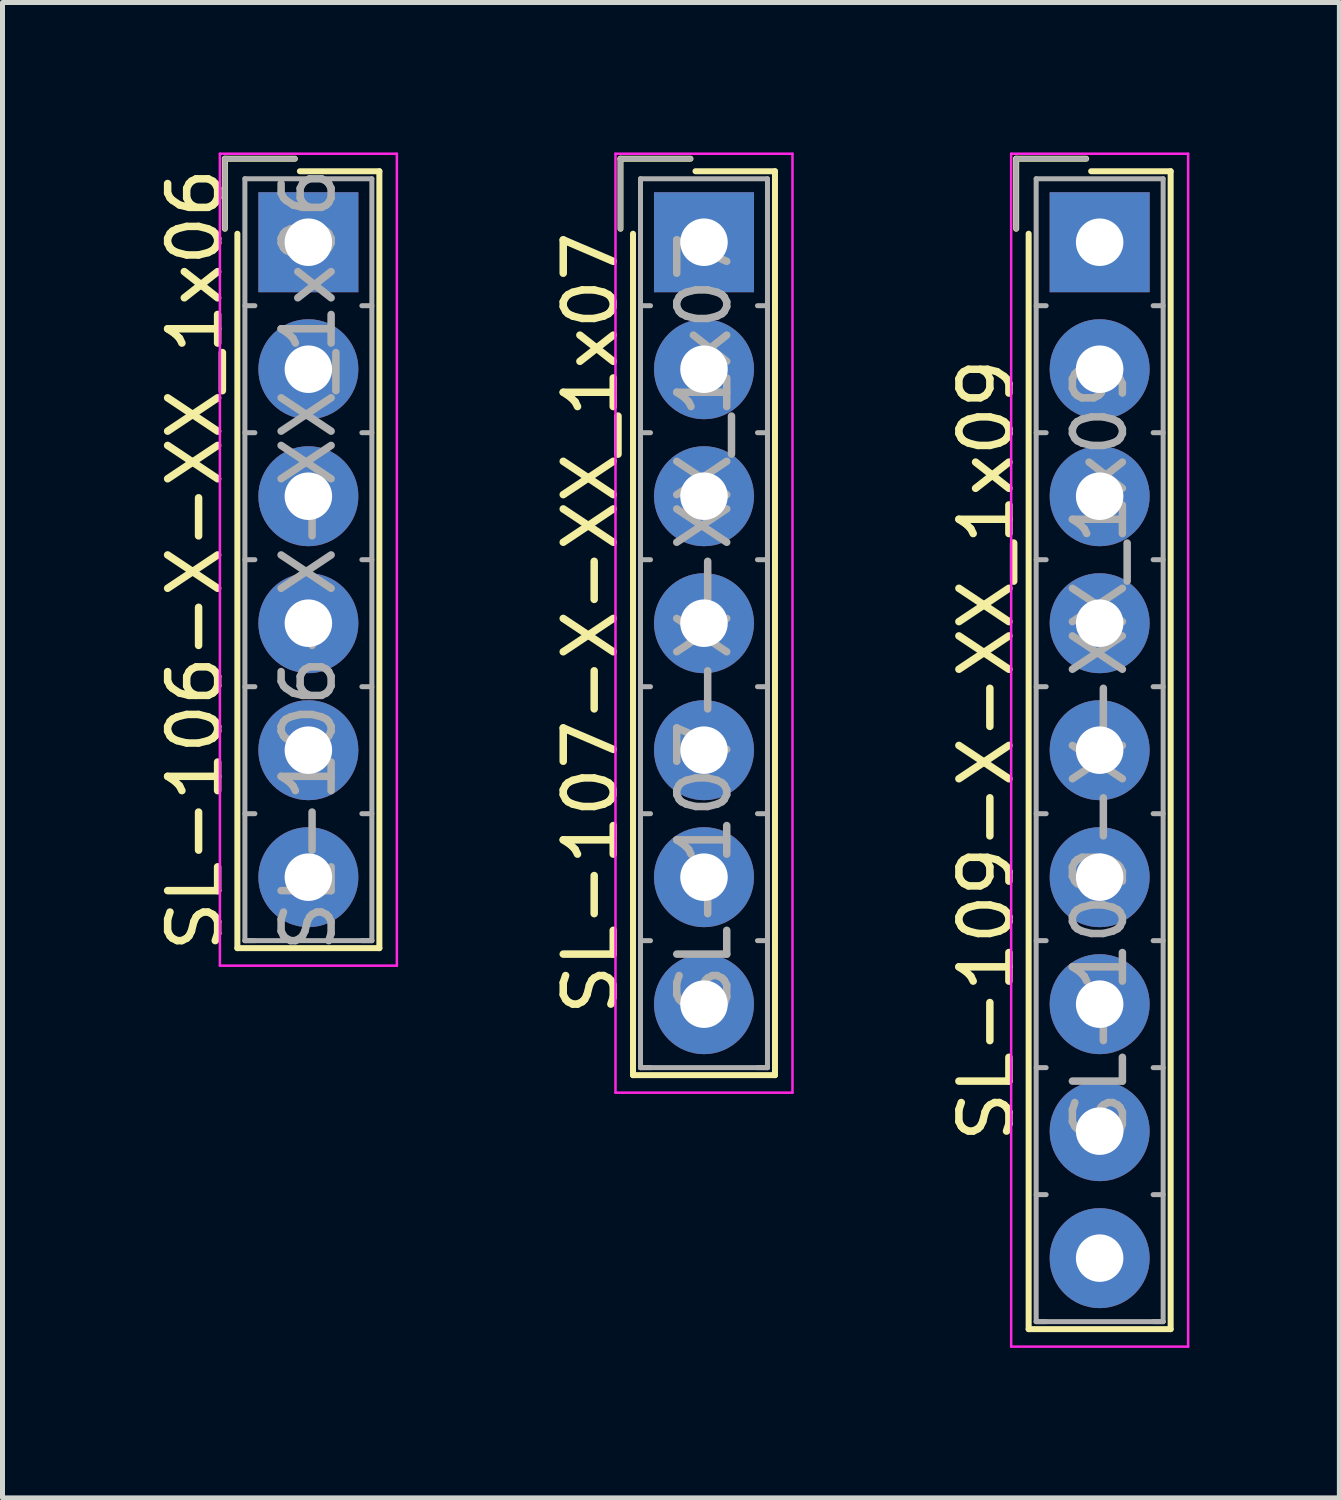
<source format=kicad_pcb>
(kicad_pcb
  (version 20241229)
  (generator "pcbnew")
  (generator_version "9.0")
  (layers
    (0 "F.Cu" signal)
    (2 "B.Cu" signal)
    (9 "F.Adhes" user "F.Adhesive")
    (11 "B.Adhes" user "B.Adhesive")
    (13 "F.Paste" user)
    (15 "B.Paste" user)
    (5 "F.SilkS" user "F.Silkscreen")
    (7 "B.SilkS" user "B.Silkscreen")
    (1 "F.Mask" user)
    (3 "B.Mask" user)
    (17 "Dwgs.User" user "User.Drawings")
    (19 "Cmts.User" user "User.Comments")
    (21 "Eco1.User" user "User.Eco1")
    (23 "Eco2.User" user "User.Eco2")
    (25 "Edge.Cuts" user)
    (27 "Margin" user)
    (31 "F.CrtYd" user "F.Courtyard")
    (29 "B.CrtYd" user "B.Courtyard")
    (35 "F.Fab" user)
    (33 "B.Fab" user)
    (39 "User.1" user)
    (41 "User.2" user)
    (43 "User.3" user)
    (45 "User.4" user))
  (footprint "SL-109-X-XX_1x09"
    (layer "F.Cu")
    (at 18.945 1.795)
    (property "Reference" "SL-109-X-XX_1x09" (at -2.27 10.16 90) (layer "F.SilkS") (effects (font (size 1 1) (thickness 0.15))))
    (attr through_hole)
    (fp_line (start -1.67 -1.67) (end -1.67 -0.27) (stroke (width 0.12) (type solid)) (layer "F.SilkS"))
    (fp_line (start -1.42 21.74) (end -1.42 -0.17) (stroke (width 0.12) (type solid)) (layer "F.SilkS"))
    (fp_line (start -0.27 -1.67) (end -1.67 -1.67) (stroke (width 0.12) (type solid)) (layer "F.SilkS"))
    (fp_line (start -0.17 -1.42) (end 1.42 -1.42) (stroke (width 0.12) (type solid)) (layer "F.SilkS"))
    (fp_line (start 1.42 -1.42) (end 1.42 21.74) (stroke (width 0.12) (type solid)) (layer "F.SilkS"))
    (fp_line (start 1.42 21.74) (end -1.42 21.74) (stroke (width 0.12) (type solid)) (layer "F.SilkS"))
    (fp_line (start -1.77 -1.77) (end -1.77 22.09) (stroke (width 0.05) (type solid)) (layer "F.CrtYd"))
    (fp_line (start -1.77 22.09) (end 1.77 22.09) (stroke (width 0.05) (type solid)) (layer "F.CrtYd"))
    (fp_line (start 1.77 -1.77) (end -1.77 -1.77) (stroke (width 0.05) (type solid)) (layer "F.CrtYd"))
    (fp_line (start 1.77 22.09) (end 1.77 -1.77) (stroke (width 0.05) (type solid)) (layer "F.CrtYd"))
    (fp_line (start -1.67 -1.67) (end -1.67 -0.27) (stroke (width 0.1) (type solid)) (layer "F.Fab"))
    (fp_line (start -1.27 -1.27) (end -1.27 21.59) (stroke (width 0.1) (type solid)) (layer "F.Fab"))
    (fp_line (start -1.27 1.27) (end -1.07 1.27) (stroke (width 0.1) (type solid)) (layer "F.Fab"))
    (fp_line (start -1.27 3.81) (end -1.07 3.81) (stroke (width 0.1) (type solid)) (layer "F.Fab"))
    (fp_line (start -1.27 6.35) (end -1.07 6.35) (stroke (width 0.1) (type solid)) (layer "F.Fab"))
    (fp_line (start -1.27 8.89) (end -1.07 8.89) (stroke (width 0.1) (type solid)) (layer "F.Fab"))
    (fp_line (start -1.27 11.43) (end -1.07 11.43) (stroke (width 0.1) (type solid)) (layer "F.Fab"))
    (fp_line (start -1.27 13.97) (end -1.07 13.97) (stroke (width 0.1) (type solid)) (layer "F.Fab"))
    (fp_line (start -1.27 16.51) (end -1.07 16.51) (stroke (width 0.1) (type solid)) (layer "F.Fab"))
    (fp_line (start -1.27 19.05) (end -1.07 19.05) (stroke (width 0.1) (type solid)) (layer "F.Fab"))
    (fp_line (start -1.27 21.59) (end -1.07 21.59) (stroke (width 0.1) (type solid)) (layer "F.Fab"))
    (fp_line (start -1.27 21.59) (end 1.27 21.59) (stroke (width 0.1) (type solid)) (layer "F.Fab"))
    (fp_line (start -0.27 -1.67) (end -1.67 -1.67) (stroke (width 0.1) (type solid)) (layer "F.Fab"))
    (fp_line (start 1.27 -1.27) (end -1.27 -1.27) (stroke (width 0.1) (type solid)) (layer "F.Fab"))
    (fp_line (start 1.27 1.27) (end 1.07 1.27) (stroke (width 0.1) (type solid)) (layer "F.Fab"))
    (fp_line (start 1.27 3.81) (end 1.07 3.81) (stroke (width 0.1) (type solid)) (layer "F.Fab"))
    (fp_line (start 1.27 6.35) (end 1.07 6.35) (stroke (width 0.1) (type solid)) (layer "F.Fab"))
    (fp_line (start 1.27 8.89) (end 1.07 8.89) (stroke (width 0.1) (type solid)) (layer "F.Fab"))
    (fp_line (start 1.27 11.43) (end 1.07 11.43) (stroke (width 0.1) (type solid)) (layer "F.Fab"))
    (fp_line (start 1.27 13.97) (end 1.07 13.97) (stroke (width 0.1) (type solid)) (layer "F.Fab"))
    (fp_line (start 1.27 16.51) (end 1.07 16.51) (stroke (width 0.1) (type solid)) (layer "F.Fab"))
    (fp_line (start 1.27 19.05) (end 1.07 19.05) (stroke (width 0.1) (type solid)) (layer "F.Fab"))
    (fp_line (start 1.27 21.59) (end 1.07 21.59) (stroke (width 0.1) (type solid)) (layer "F.Fab"))
    (fp_line (start 1.27 21.59) (end 1.27 -1.27) (stroke (width 0.1) (type solid)) (layer "F.Fab"))
    (fp_text user "${REFERENCE}" (at 0 10.16 90) (layer "F.Fab") (effects (font (size 1 1) (thickness 0.15))))
    (pad "1" thru_hole rect (at 0 0) (size 2 2) (drill 0.95) (layers "*.Cu" "*.Mask"))
    (pad "2" thru_hole circle (at 0 2.54) (size 2 2) (drill 0.95) (layers "*.Cu" "*.Mask"))
    (pad "3" thru_hole circle (at 0 5.08) (size 2 2) (drill 0.95) (layers "*.Cu" "*.Mask"))
    (pad "4" thru_hole circle (at 0 7.62) (size 2 2) (drill 0.95) (layers "*.Cu" "*.Mask"))
    (pad "5" thru_hole circle (at 0 10.16) (size 2 2) (drill 0.95) (layers "*.Cu" "*.Mask"))
    (pad "6" thru_hole circle (at 0 12.7) (size 2 2) (drill 0.95) (layers "*.Cu" "*.Mask"))
    (pad "7" thru_hole circle (at 0 15.24) (size 2 2) (drill 0.95) (layers "*.Cu" "*.Mask"))
    (pad "8" thru_hole circle (at 0 17.78) (size 2 2) (drill 0.95) (layers "*.Cu" "*.Mask"))
    (pad "9" thru_hole circle (at 0 20.32) (size 2 2) (drill 0.95) (layers "*.Cu" "*.Mask")))
  (footprint "SL-107-X-XX_1x07"
    (layer "F.Cu")
    (at 11.031 1.795)
    (property "Reference" "SL-107-X-XX_1x07" (at -2.27 7.62 90) (layer "F.SilkS") (effects (font (size 1 1) (thickness 0.15))))
    (attr through_hole)
    (fp_line (start -1.67 -1.67) (end -1.67 -0.27) (stroke (width 0.12) (type solid)) (layer "F.SilkS"))
    (fp_line (start -1.42 16.66) (end -1.42 -0.17) (stroke (width 0.12) (type solid)) (layer "F.SilkS"))
    (fp_line (start -0.27 -1.67) (end -1.67 -1.67) (stroke (width 0.12) (type solid)) (layer "F.SilkS"))
    (fp_line (start -0.17 -1.42) (end 1.42 -1.42) (stroke (width 0.12) (type solid)) (layer "F.SilkS"))
    (fp_line (start 1.42 -1.42) (end 1.42 16.66) (stroke (width 0.12) (type solid)) (layer "F.SilkS"))
    (fp_line (start 1.42 16.66) (end -1.42 16.66) (stroke (width 0.12) (type solid)) (layer "F.SilkS"))
    (fp_line (start -1.77 -1.77) (end -1.77 17.01) (stroke (width 0.05) (type solid)) (layer "F.CrtYd"))
    (fp_line (start -1.77 17.01) (end 1.77 17.01) (stroke (width 0.05) (type solid)) (layer "F.CrtYd"))
    (fp_line (start 1.77 -1.77) (end -1.77 -1.77) (stroke (width 0.05) (type solid)) (layer "F.CrtYd"))
    (fp_line (start 1.77 17.01) (end 1.77 -1.77) (stroke (width 0.05) (type solid)) (layer "F.CrtYd"))
    (fp_line (start -1.67 -1.67) (end -1.67 -0.27) (stroke (width 0.1) (type solid)) (layer "F.Fab"))
    (fp_line (start -1.27 -1.27) (end -1.27 16.51) (stroke (width 0.1) (type solid)) (layer "F.Fab"))
    (fp_line (start -1.27 1.27) (end -1.07 1.27) (stroke (width 0.1) (type solid)) (layer "F.Fab"))
    (fp_line (start -1.27 3.81) (end -1.07 3.81) (stroke (width 0.1) (type solid)) (layer "F.Fab"))
    (fp_line (start -1.27 6.35) (end -1.07 6.35) (stroke (width 0.1) (type solid)) (layer "F.Fab"))
    (fp_line (start -1.27 8.89) (end -1.07 8.89) (stroke (width 0.1) (type solid)) (layer "F.Fab"))
    (fp_line (start -1.27 11.43) (end -1.07 11.43) (stroke (width 0.1) (type solid)) (layer "F.Fab"))
    (fp_line (start -1.27 13.97) (end -1.07 13.97) (stroke (width 0.1) (type solid)) (layer "F.Fab"))
    (fp_line (start -1.27 16.51) (end -1.07 16.51) (stroke (width 0.1) (type solid)) (layer "F.Fab"))
    (fp_line (start -1.27 16.51) (end 1.27 16.51) (stroke (width 0.1) (type solid)) (layer "F.Fab"))
    (fp_line (start -0.27 -1.67) (end -1.67 -1.67) (stroke (width 0.1) (type solid)) (layer "F.Fab"))
    (fp_line (start 1.27 -1.27) (end -1.27 -1.27) (stroke (width 0.1) (type solid)) (layer "F.Fab"))
    (fp_line (start 1.27 1.27) (end 1.07 1.27) (stroke (width 0.1) (type solid)) (layer "F.Fab"))
    (fp_line (start 1.27 3.81) (end 1.07 3.81) (stroke (width 0.1) (type solid)) (layer "F.Fab"))
    (fp_line (start 1.27 6.35) (end 1.07 6.35) (stroke (width 0.1) (type solid)) (layer "F.Fab"))
    (fp_line (start 1.27 8.89) (end 1.07 8.89) (stroke (width 0.1) (type solid)) (layer "F.Fab"))
    (fp_line (start 1.27 11.43) (end 1.07 11.43) (stroke (width 0.1) (type solid)) (layer "F.Fab"))
    (fp_line (start 1.27 13.97) (end 1.07 13.97) (stroke (width 0.1) (type solid)) (layer "F.Fab"))
    (fp_line (start 1.27 16.51) (end 1.07 16.51) (stroke (width 0.1) (type solid)) (layer "F.Fab"))
    (fp_line (start 1.27 16.51) (end 1.27 -1.27) (stroke (width 0.1) (type solid)) (layer "F.Fab"))
    (fp_text user "${REFERENCE}" (at 0 7.62 90) (layer "F.Fab") (effects (font (size 1 1) (thickness 0.15))))
    (pad "1" thru_hole rect (at 0 0) (size 2 2) (drill 0.95) (layers "*.Cu" "*.Mask"))
    (pad "2" thru_hole circle (at 0 2.54) (size 2 2) (drill 0.95) (layers "*.Cu" "*.Mask"))
    (pad "3" thru_hole circle (at 0 5.08) (size 2 2) (drill 0.95) (layers "*.Cu" "*.Mask"))
    (pad "4" thru_hole circle (at 0 7.62) (size 2 2) (drill 0.95) (layers "*.Cu" "*.Mask"))
    (pad "5" thru_hole circle (at 0 10.16) (size 2 2) (drill 0.95) (layers "*.Cu" "*.Mask"))
    (pad "6" thru_hole circle (at 0 12.7) (size 2 2) (drill 0.95) (layers "*.Cu" "*.Mask"))
    (pad "7" thru_hole circle (at 0 15.24) (size 2 2) (drill 0.95) (layers "*.Cu" "*.Mask")))
  (footprint "SL-106-X-XX_1x06"
    (layer "F.Cu")
    (at 3.118 1.795)
    (property "Reference" "SL-106-X-XX_1x06" (at -2.27 6.35 90) (layer "F.SilkS") (effects (font (size 1 1) (thickness 0.15))))
    (attr through_hole)
    (fp_line (start -1.67 -1.67) (end -1.67 -0.27) (stroke (width 0.12) (type solid)) (layer "F.SilkS"))
    (fp_line (start -1.42 14.12) (end -1.42 -0.17) (stroke (width 0.12) (type solid)) (layer "F.SilkS"))
    (fp_line (start -0.27 -1.67) (end -1.67 -1.67) (stroke (width 0.12) (type solid)) (layer "F.SilkS"))
    (fp_line (start -0.17 -1.42) (end 1.42 -1.42) (stroke (width 0.12) (type solid)) (layer "F.SilkS"))
    (fp_line (start 1.42 -1.42) (end 1.42 14.12) (stroke (width 0.12) (type solid)) (layer "F.SilkS"))
    (fp_line (start 1.42 14.12) (end -1.42 14.12) (stroke (width 0.12) (type solid)) (layer "F.SilkS"))
    (fp_line (start -1.77 -1.77) (end -1.77 14.47) (stroke (width 0.05) (type solid)) (layer "F.CrtYd"))
    (fp_line (start -1.77 14.47) (end 1.77 14.47) (stroke (width 0.05) (type solid)) (layer "F.CrtYd"))
    (fp_line (start 1.77 -1.77) (end -1.77 -1.77) (stroke (width 0.05) (type solid)) (layer "F.CrtYd"))
    (fp_line (start 1.77 14.47) (end 1.77 -1.77) (stroke (width 0.05) (type solid)) (layer "F.CrtYd"))
    (fp_line (start -1.67 -1.67) (end -1.67 -0.27) (stroke (width 0.1) (type solid)) (layer "F.Fab"))
    (fp_line (start -1.27 -1.27) (end -1.27 13.97) (stroke (width 0.1) (type solid)) (layer "F.Fab"))
    (fp_line (start -1.27 1.27) (end -1.07 1.27) (stroke (width 0.1) (type solid)) (layer "F.Fab"))
    (fp_line (start -1.27 3.81) (end -1.07 3.81) (stroke (width 0.1) (type solid)) (layer "F.Fab"))
    (fp_line (start -1.27 6.35) (end -1.07 6.35) (stroke (width 0.1) (type solid)) (layer "F.Fab"))
    (fp_line (start -1.27 8.89) (end -1.07 8.89) (stroke (width 0.1) (type solid)) (layer "F.Fab"))
    (fp_line (start -1.27 11.43) (end -1.07 11.43) (stroke (width 0.1) (type solid)) (layer "F.Fab"))
    (fp_line (start -1.27 13.97) (end -1.07 13.97) (stroke (width 0.1) (type solid)) (layer "F.Fab"))
    (fp_line (start -1.27 13.97) (end 1.27 13.97) (stroke (width 0.1) (type solid)) (layer "F.Fab"))
    (fp_line (start -0.27 -1.67) (end -1.67 -1.67) (stroke (width 0.1) (type solid)) (layer "F.Fab"))
    (fp_line (start 1.27 -1.27) (end -1.27 -1.27) (stroke (width 0.1) (type solid)) (layer "F.Fab"))
    (fp_line (start 1.27 1.27) (end 1.07 1.27) (stroke (width 0.1) (type solid)) (layer "F.Fab"))
    (fp_line (start 1.27 3.81) (end 1.07 3.81) (stroke (width 0.1) (type solid)) (layer "F.Fab"))
    (fp_line (start 1.27 6.35) (end 1.07 6.35) (stroke (width 0.1) (type solid)) (layer "F.Fab"))
    (fp_line (start 1.27 8.89) (end 1.07 8.89) (stroke (width 0.1) (type solid)) (layer "F.Fab"))
    (fp_line (start 1.27 11.43) (end 1.07 11.43) (stroke (width 0.1) (type solid)) (layer "F.Fab"))
    (fp_line (start 1.27 13.97) (end 1.07 13.97) (stroke (width 0.1) (type solid)) (layer "F.Fab"))
    (fp_line (start 1.27 13.97) (end 1.27 -1.27) (stroke (width 0.1) (type solid)) (layer "F.Fab"))
    (fp_text user "${REFERENCE}" (at 0 6.35 90) (layer "F.Fab") (effects (font (size 1 1) (thickness 0.15))))
    (pad "1" thru_hole rect (at 0 0) (size 2 2) (drill 0.95) (layers "*.Cu" "*.Mask"))
    (pad "2" thru_hole circle (at 0 2.54) (size 2 2) (drill 0.95) (layers "*.Cu" "*.Mask"))
    (pad "3" thru_hole circle (at 0 5.08) (size 2 2) (drill 0.95) (layers "*.Cu" "*.Mask"))
    (pad "4" thru_hole circle (at 0 7.62) (size 2 2) (drill 0.95) (layers "*.Cu" "*.Mask"))
    (pad "5" thru_hole circle (at 0 10.16) (size 2 2) (drill 0.95) (layers "*.Cu" "*.Mask"))
    (pad "6" thru_hole circle (at 0 12.7) (size 2 2) (drill 0.95) (layers "*.Cu" "*.Mask")))
  (gr_rect
    (start -3 -3)
    (end 23.74 26.91)
    (stroke (width 0.1) (type default))
    (fill no)
    (layer "Edge.Cuts")))
</source>
